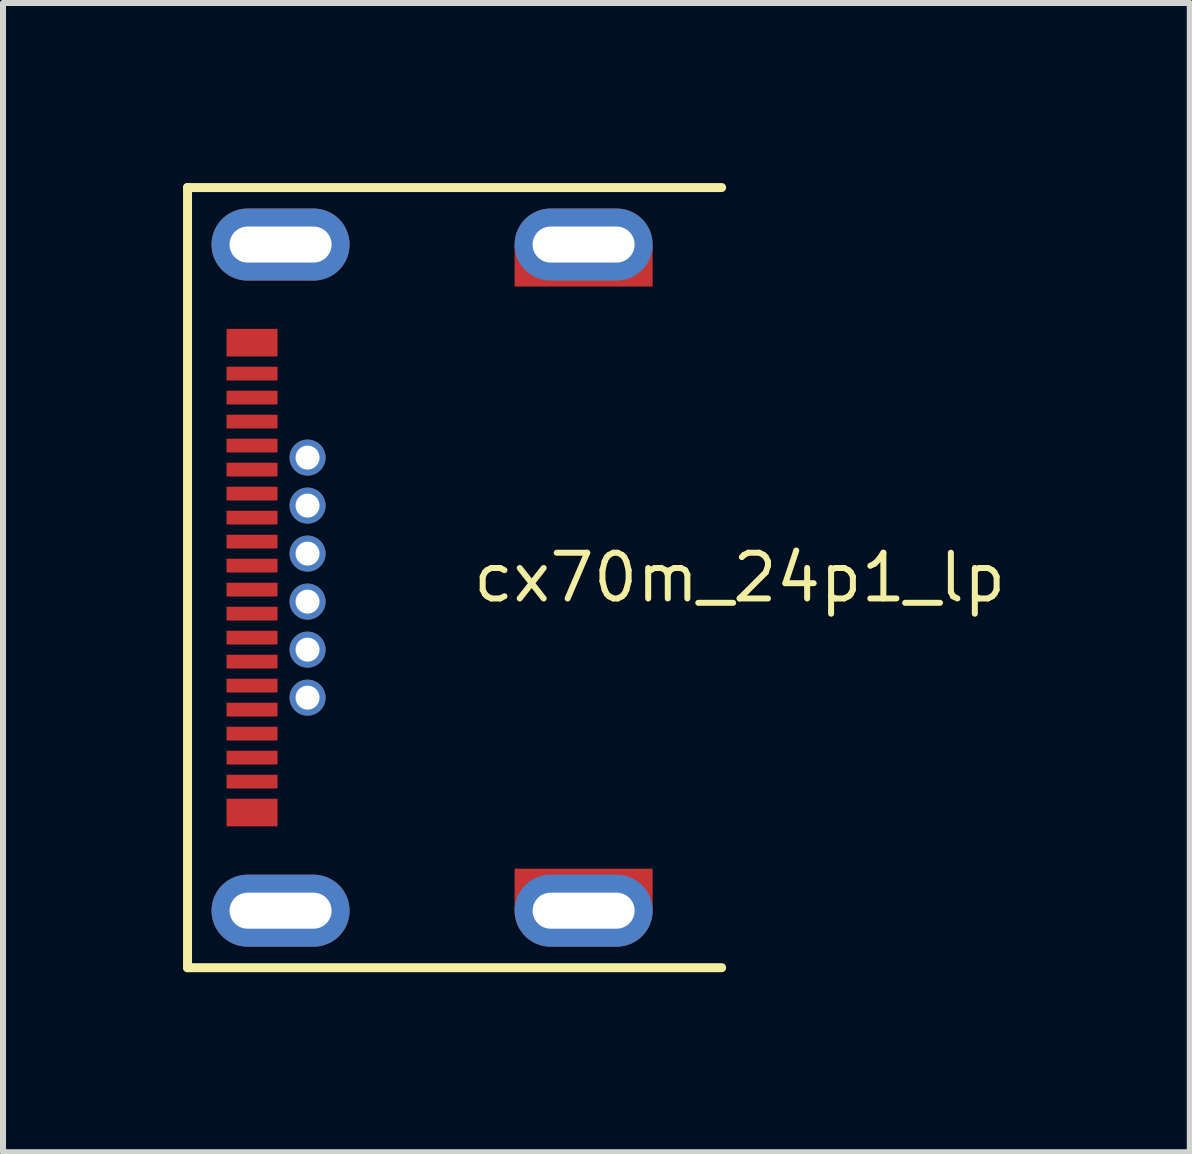
<source format=kicad_pcb>
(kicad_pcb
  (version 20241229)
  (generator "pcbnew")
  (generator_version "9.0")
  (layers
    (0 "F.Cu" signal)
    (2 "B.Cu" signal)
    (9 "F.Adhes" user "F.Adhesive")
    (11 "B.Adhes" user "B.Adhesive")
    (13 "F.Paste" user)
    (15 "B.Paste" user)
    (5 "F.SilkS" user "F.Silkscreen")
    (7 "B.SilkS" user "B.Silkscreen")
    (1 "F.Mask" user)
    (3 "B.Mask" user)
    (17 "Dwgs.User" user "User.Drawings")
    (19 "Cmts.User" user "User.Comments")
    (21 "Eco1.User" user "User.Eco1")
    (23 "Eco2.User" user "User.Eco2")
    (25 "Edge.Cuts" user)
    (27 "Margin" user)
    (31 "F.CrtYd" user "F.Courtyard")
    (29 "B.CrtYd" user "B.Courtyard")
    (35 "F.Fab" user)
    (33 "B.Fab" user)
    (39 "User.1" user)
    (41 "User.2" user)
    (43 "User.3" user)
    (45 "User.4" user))
  (footprint "cx70m_24p1_lp"
    (layer "F.Cu")
    (at 9.275 6.575)
    (property "Reference" "cx70m_24p1_lp" (at 0 0 0) (layer "F.SilkS") (effects (font (size 0.762 0.762) (thickness 0.1))))
    (attr through_hole)
    (fp_poly (pts (xy -7.55 -3.535) (xy -7.55 -4.295) (xy -8.7 -4.295) (xy -8.7 -3.535)) (stroke (width 0) (type solid)) (fill yes) (layer "F.Mask"))
    (fp_poly (pts (xy -7.55 -3.135) (xy -7.55 -3.665) (xy -8.7 -3.665) (xy -8.7 -3.135)) (stroke (width 0) (type solid)) (fill yes) (layer "F.Mask"))
    (fp_poly (pts (xy -7.55 -2.735) (xy -7.55 -3.265) (xy -8.7 -3.265) (xy -8.7 -2.735)) (stroke (width 0) (type solid)) (fill yes) (layer "F.Mask"))
    (fp_poly (pts (xy -7.55 -2.335) (xy -7.55 -2.865) (xy -8.7 -2.865) (xy -8.7 -2.335)) (stroke (width 0) (type solid)) (fill yes) (layer "F.Mask"))
    (fp_poly (pts (xy -7.55 -1.935) (xy -7.55 -2.465) (xy -8.7 -2.465) (xy -8.7 -1.935)) (stroke (width 0) (type solid)) (fill yes) (layer "F.Mask"))
    (fp_poly (pts (xy -7.55 -1.535) (xy -7.55 -2.065) (xy -8.7 -2.065) (xy -8.7 -1.535)) (stroke (width 0) (type solid)) (fill yes) (layer "F.Mask"))
    (fp_poly (pts (xy -7.55 -1.135) (xy -7.55 -1.665) (xy -8.7 -1.665) (xy -8.7 -1.135)) (stroke (width 0) (type solid)) (fill yes) (layer "F.Mask"))
    (fp_poly (pts (xy -7.55 -0.735) (xy -7.55 -1.265) (xy -8.7 -1.265) (xy -8.7 -0.735)) (stroke (width 0) (type solid)) (fill yes) (layer "F.Mask"))
    (fp_poly (pts (xy -7.55 -0.335) (xy -7.55 -0.865) (xy -8.7 -0.865) (xy -8.7 -0.335)) (stroke (width 0) (type solid)) (fill yes) (layer "F.Mask"))
    (fp_poly (pts (xy -7.55 0.065) (xy -7.55 -0.465) (xy -8.7 -0.465) (xy -8.7 0.065)) (stroke (width 0) (type solid)) (fill yes) (layer "F.Mask"))
    (fp_poly (pts (xy -7.55 0.465) (xy -7.55 -0.065) (xy -8.7 -0.065) (xy -8.7 0.465)) (stroke (width 0) (type solid)) (fill yes) (layer "F.Mask"))
    (fp_poly (pts (xy -7.55 0.865) (xy -7.55 0.335) (xy -8.7 0.335) (xy -8.7 0.865)) (stroke (width 0) (type solid)) (fill yes) (layer "F.Mask"))
    (fp_poly (pts (xy -7.55 1.265) (xy -7.55 0.735) (xy -8.7 0.735) (xy -8.7 1.265)) (stroke (width 0) (type solid)) (fill yes) (layer "F.Mask"))
    (fp_poly (pts (xy -7.55 1.665) (xy -7.55 1.135) (xy -8.7 1.135) (xy -8.7 1.665)) (stroke (width 0) (type solid)) (fill yes) (layer "F.Mask"))
    (fp_poly (pts (xy -7.55 2.065) (xy -7.55 1.535) (xy -8.7 1.535) (xy -8.7 2.065)) (stroke (width 0) (type solid)) (fill yes) (layer "F.Mask"))
    (fp_poly (pts (xy -7.55 2.465) (xy -7.55 1.935) (xy -8.7 1.935) (xy -8.7 2.465)) (stroke (width 0) (type solid)) (fill yes) (layer "F.Mask"))
    (fp_poly (pts (xy -7.55 2.865) (xy -7.55 2.335) (xy -8.7 2.335) (xy -8.7 2.865)) (stroke (width 0) (type solid)) (fill yes) (layer "F.Mask"))
    (fp_poly (pts (xy -7.55 3.265) (xy -7.55 2.735) (xy -8.7 2.735) (xy -8.7 3.265)) (stroke (width 0) (type solid)) (fill yes) (layer "F.Mask"))
    (fp_poly (pts (xy -7.55 3.665) (xy -7.55 3.135) (xy -8.7 3.135) (xy -8.7 3.665)) (stroke (width 0) (type solid)) (fill yes) (layer "F.Mask"))
    (fp_poly (pts (xy -7.55 4.295) (xy -7.55 3.535) (xy -8.7 3.535) (xy -8.7 4.295)) (stroke (width 0) (type solid)) (fill yes) (layer "F.Mask"))
    (fp_poly (pts (xy -1.3 -4.7) (xy -1.3 -5.7) (xy -3.9 -5.7) (xy -3.9 -4.7)) (stroke (width 0) (type solid)) (fill yes) (layer "F.Mask"))
    (fp_poly (pts (xy -1.3 5.7) (xy -1.3 4.7) (xy -3.9 4.7) (xy -3.9 5.7)) (stroke (width 0) (type solid)) (fill yes) (layer "F.Mask"))
    (fp_poly (pts (xy -6.75 -2) (xy -6.759 -2.088) (xy -6.784 -2.172) (xy -6.826 -2.25) (xy -6.882 -2.318) (xy -6.95 -2.374) (xy -7.028 -2.416) (xy -7.112 -2.441) (xy -7.2 -2.45) (xy -7.288 -2.441) (xy -7.372 -2.416) (xy -7.45 -2.374) (xy -7.518 -2.318) (xy -7.574 -2.25) (xy -7.616 -2.172) (xy -7.641 -2.088) (xy -7.65 -2) (xy -7.641 -1.912) (xy -7.616 -1.828) (xy -7.574 -1.75) (xy -7.518 -1.682) (xy -7.45 -1.626) (xy -7.372 -1.584) (xy -7.288 -1.559) (xy -7.2 -1.55) (xy -7.112 -1.559) (xy -7.028 -1.584) (xy -6.95 -1.626) (xy -6.882 -1.682) (xy -6.826 -1.75) (xy -6.784 -1.828) (xy -6.759 -1.912)) (stroke (width 0) (type solid)) (fill yes) (layer "F.Mask"))
    (fp_poly (pts (xy -6.75 -1.2) (xy -6.759 -1.288) (xy -6.784 -1.372) (xy -6.826 -1.45) (xy -6.882 -1.518) (xy -6.95 -1.574) (xy -7.028 -1.616) (xy -7.112 -1.641) (xy -7.2 -1.65) (xy -7.288 -1.641) (xy -7.372 -1.616) (xy -7.45 -1.574) (xy -7.518 -1.518) (xy -7.574 -1.45) (xy -7.616 -1.372) (xy -7.641 -1.288) (xy -7.65 -1.2) (xy -7.641 -1.112) (xy -7.616 -1.028) (xy -7.574 -0.95) (xy -7.518 -0.882) (xy -7.45 -0.826) (xy -7.372 -0.784) (xy -7.288 -0.759) (xy -7.2 -0.75) (xy -7.112 -0.759) (xy -7.028 -0.784) (xy -6.95 -0.826) (xy -6.882 -0.882) (xy -6.826 -0.95) (xy -6.784 -1.028) (xy -6.759 -1.112)) (stroke (width 0) (type solid)) (fill yes) (layer "F.Mask"))
    (fp_poly (pts (xy -6.75 -0.4) (xy -6.759 -0.488) (xy -6.784 -0.572) (xy -6.826 -0.65) (xy -6.882 -0.718) (xy -6.95 -0.774) (xy -7.028 -0.816) (xy -7.112 -0.841) (xy -7.2 -0.85) (xy -7.288 -0.841) (xy -7.372 -0.816) (xy -7.45 -0.774) (xy -7.518 -0.718) (xy -7.574 -0.65) (xy -7.616 -0.572) (xy -7.641 -0.488) (xy -7.65 -0.4) (xy -7.641 -0.312) (xy -7.616 -0.228) (xy -7.574 -0.15) (xy -7.518 -0.082) (xy -7.45 -0.026) (xy -7.372 0.016) (xy -7.288 0.041) (xy -7.2 0.05) (xy -7.112 0.041) (xy -7.028 0.016) (xy -6.95 -0.026) (xy -6.882 -0.082) (xy -6.826 -0.15) (xy -6.784 -0.228) (xy -6.759 -0.312)) (stroke (width 0) (type solid)) (fill yes) (layer "F.Mask"))
    (fp_poly (pts (xy -6.75 0.4) (xy -6.759 0.312) (xy -6.784 0.228) (xy -6.826 0.15) (xy -6.882 0.082) (xy -6.95 0.026) (xy -7.028 -0.016) (xy -7.112 -0.041) (xy -7.2 -0.05) (xy -7.288 -0.041) (xy -7.372 -0.016) (xy -7.45 0.026) (xy -7.518 0.082) (xy -7.574 0.15) (xy -7.616 0.228) (xy -7.641 0.312) (xy -7.65 0.4) (xy -7.641 0.488) (xy -7.616 0.572) (xy -7.574 0.65) (xy -7.518 0.718) (xy -7.45 0.774) (xy -7.372 0.816) (xy -7.288 0.841) (xy -7.2 0.85) (xy -7.112 0.841) (xy -7.028 0.816) (xy -6.95 0.774) (xy -6.882 0.718) (xy -6.826 0.65) (xy -6.784 0.572) (xy -6.759 0.488)) (stroke (width 0) (type solid)) (fill yes) (layer "F.Mask"))
    (fp_poly (pts (xy -6.75 1.2) (xy -6.759 1.112) (xy -6.784 1.028) (xy -6.826 0.95) (xy -6.882 0.882) (xy -6.95 0.826) (xy -7.028 0.784) (xy -7.112 0.759) (xy -7.2 0.75) (xy -7.288 0.759) (xy -7.372 0.784) (xy -7.45 0.826) (xy -7.518 0.882) (xy -7.574 0.95) (xy -7.616 1.028) (xy -7.641 1.112) (xy -7.65 1.2) (xy -7.641 1.288) (xy -7.616 1.372) (xy -7.574 1.45) (xy -7.518 1.518) (xy -7.45 1.574) (xy -7.372 1.616) (xy -7.288 1.641) (xy -7.2 1.65) (xy -7.112 1.641) (xy -7.028 1.616) (xy -6.95 1.574) (xy -6.882 1.518) (xy -6.826 1.45) (xy -6.784 1.372) (xy -6.759 1.288)) (stroke (width 0) (type solid)) (fill yes) (layer "F.Mask"))
    (fp_poly (pts (xy -6.75 2) (xy -6.759 1.912) (xy -6.784 1.828) (xy -6.826 1.75) (xy -6.882 1.682) (xy -6.95 1.626) (xy -7.028 1.584) (xy -7.112 1.559) (xy -7.2 1.55) (xy -7.288 1.559) (xy -7.372 1.584) (xy -7.45 1.626) (xy -7.518 1.682) (xy -7.574 1.75) (xy -7.616 1.828) (xy -7.641 1.912) (xy -7.65 2) (xy -7.641 2.088) (xy -7.616 2.172) (xy -7.574 2.25) (xy -7.518 2.318) (xy -7.45 2.374) (xy -7.372 2.416) (xy -7.288 2.441) (xy -7.2 2.45) (xy -7.112 2.441) (xy -7.028 2.416) (xy -6.95 2.374) (xy -6.882 2.318) (xy -6.826 2.25) (xy -6.784 2.172) (xy -6.759 2.088)) (stroke (width 0) (type solid)) (fill yes) (layer "F.Mask"))
    (fp_poly (pts (xy -8.2 -6.3) (xy -8.346 -6.286) (xy -8.487 -6.243) (xy -8.617 -6.174) (xy -8.73 -6.08) (xy -8.824 -5.967) (xy -8.893 -5.837) (xy -8.936 -5.696) (xy -8.95 -5.55) (xy -8.936 -5.404) (xy -8.893 -5.263) (xy -8.824 -5.133) (xy -8.73 -5.02) (xy -8.617 -4.926) (xy -8.487 -4.857) (xy -8.346 -4.814) (xy -8.2 -4.8) (xy -7.1 -4.8) (xy -6.954 -4.814) (xy -6.813 -4.857) (xy -6.683 -4.926) (xy -6.57 -5.02) (xy -6.476 -5.133) (xy -6.407 -5.263) (xy -6.364 -5.404) (xy -6.35 -5.55) (xy -6.364 -5.696) (xy -6.407 -5.837) (xy -6.476 -5.967) (xy -6.57 -6.08) (xy -6.683 -6.174) (xy -6.813 -6.243) (xy -6.954 -6.286) (xy -7.1 -6.3)) (stroke (width 0) (type solid)) (fill yes) (layer "F.Mask"))
    (fp_poly (pts (xy -8.2 4.8) (xy -8.346 4.814) (xy -8.487 4.857) (xy -8.617 4.926) (xy -8.73 5.02) (xy -8.824 5.133) (xy -8.893 5.263) (xy -8.936 5.404) (xy -8.95 5.55) (xy -8.936 5.696) (xy -8.893 5.837) (xy -8.824 5.967) (xy -8.73 6.08) (xy -8.617 6.174) (xy -8.487 6.243) (xy -8.346 6.286) (xy -8.2 6.3) (xy -7.1 6.3) (xy -6.954 6.286) (xy -6.813 6.243) (xy -6.683 6.174) (xy -6.57 6.08) (xy -6.476 5.967) (xy -6.407 5.837) (xy -6.364 5.696) (xy -6.35 5.55) (xy -6.364 5.404) (xy -6.407 5.263) (xy -6.476 5.133) (xy -6.57 5.02) (xy -6.683 4.926) (xy -6.813 4.857) (xy -6.954 4.814) (xy -7.1 4.8)) (stroke (width 0) (type solid)) (fill yes) (layer "F.Mask"))
    (fp_poly (pts (xy -3.15 -6.3) (xy -3.296 -6.286) (xy -3.437 -6.243) (xy -3.567 -6.174) (xy -3.68 -6.08) (xy -3.774 -5.967) (xy -3.843 -5.837) (xy -3.886 -5.696) (xy -3.9 -5.55) (xy -3.886 -5.404) (xy -3.843 -5.263) (xy -3.774 -5.133) (xy -3.68 -5.02) (xy -3.567 -4.926) (xy -3.437 -4.857) (xy -3.296 -4.814) (xy -3.15 -4.8) (xy -2.05 -4.8) (xy -1.904 -4.814) (xy -1.763 -4.857) (xy -1.633 -4.926) (xy -1.52 -5.02) (xy -1.426 -5.133) (xy -1.357 -5.263) (xy -1.314 -5.404) (xy -1.3 -5.55) (xy -1.314 -5.696) (xy -1.357 -5.837) (xy -1.426 -5.967) (xy -1.52 -6.08) (xy -1.633 -6.174) (xy -1.763 -6.243) (xy -1.904 -6.286) (xy -2.05 -6.3)) (stroke (width 0) (type solid)) (fill yes) (layer "F.Mask"))
    (fp_poly (pts (xy -3.15 4.8) (xy -3.296 4.814) (xy -3.437 4.857) (xy -3.567 4.926) (xy -3.68 5.02) (xy -3.774 5.133) (xy -3.843 5.263) (xy -3.886 5.404) (xy -3.9 5.55) (xy -3.886 5.696) (xy -3.843 5.837) (xy -3.774 5.967) (xy -3.68 6.08) (xy -3.567 6.174) (xy -3.437 6.243) (xy -3.296 6.286) (xy -3.15 6.3) (xy -2.05 6.3) (xy -1.904 6.286) (xy -1.763 6.243) (xy -1.633 6.174) (xy -1.52 6.08) (xy -1.426 5.967) (xy -1.357 5.837) (xy -1.314 5.696) (xy -1.3 5.55) (xy -1.314 5.404) (xy -1.357 5.263) (xy -1.426 5.133) (xy -1.52 5.02) (xy -1.633 4.926) (xy -1.763 4.857) (xy -1.904 4.814) (xy -2.05 4.8)) (stroke (width 0) (type solid)) (fill yes) (layer "F.Mask"))
    (fp_poly (pts (xy -6.75 -2) (xy -6.759 -2.088) (xy -6.784 -2.172) (xy -6.826 -2.25) (xy -6.882 -2.318) (xy -6.95 -2.374) (xy -7.028 -2.416) (xy -7.112 -2.441) (xy -7.2 -2.45) (xy -7.288 -2.441) (xy -7.372 -2.416) (xy -7.45 -2.374) (xy -7.518 -2.318) (xy -7.574 -2.25) (xy -7.616 -2.172) (xy -7.641 -2.088) (xy -7.65 -2) (xy -7.641 -1.912) (xy -7.616 -1.828) (xy -7.574 -1.75) (xy -7.518 -1.682) (xy -7.45 -1.626) (xy -7.372 -1.584) (xy -7.288 -1.559) (xy -7.2 -1.55) (xy -7.112 -1.559) (xy -7.028 -1.584) (xy -6.95 -1.626) (xy -6.882 -1.682) (xy -6.826 -1.75) (xy -6.784 -1.828) (xy -6.759 -1.912)) (stroke (width 0) (type solid)) (fill yes) (layer "B.Mask"))
    (fp_poly (pts (xy -6.75 -1.2) (xy -6.759 -1.288) (xy -6.784 -1.372) (xy -6.826 -1.45) (xy -6.882 -1.518) (xy -6.95 -1.574) (xy -7.028 -1.616) (xy -7.112 -1.641) (xy -7.2 -1.65) (xy -7.288 -1.641) (xy -7.372 -1.616) (xy -7.45 -1.574) (xy -7.518 -1.518) (xy -7.574 -1.45) (xy -7.616 -1.372) (xy -7.641 -1.288) (xy -7.65 -1.2) (xy -7.641 -1.112) (xy -7.616 -1.028) (xy -7.574 -0.95) (xy -7.518 -0.882) (xy -7.45 -0.826) (xy -7.372 -0.784) (xy -7.288 -0.759) (xy -7.2 -0.75) (xy -7.112 -0.759) (xy -7.028 -0.784) (xy -6.95 -0.826) (xy -6.882 -0.882) (xy -6.826 -0.95) (xy -6.784 -1.028) (xy -6.759 -1.112)) (stroke (width 0) (type solid)) (fill yes) (layer "B.Mask"))
    (fp_poly (pts (xy -6.75 -0.4) (xy -6.759 -0.488) (xy -6.784 -0.572) (xy -6.826 -0.65) (xy -6.882 -0.718) (xy -6.95 -0.774) (xy -7.028 -0.816) (xy -7.112 -0.841) (xy -7.2 -0.85) (xy -7.288 -0.841) (xy -7.372 -0.816) (xy -7.45 -0.774) (xy -7.518 -0.718) (xy -7.574 -0.65) (xy -7.616 -0.572) (xy -7.641 -0.488) (xy -7.65 -0.4) (xy -7.641 -0.312) (xy -7.616 -0.228) (xy -7.574 -0.15) (xy -7.518 -0.082) (xy -7.45 -0.026) (xy -7.372 0.016) (xy -7.288 0.041) (xy -7.2 0.05) (xy -7.112 0.041) (xy -7.028 0.016) (xy -6.95 -0.026) (xy -6.882 -0.082) (xy -6.826 -0.15) (xy -6.784 -0.228) (xy -6.759 -0.312)) (stroke (width 0) (type solid)) (fill yes) (layer "B.Mask"))
    (fp_poly (pts (xy -6.75 0.4) (xy -6.759 0.312) (xy -6.784 0.228) (xy -6.826 0.15) (xy -6.882 0.082) (xy -6.95 0.026) (xy -7.028 -0.016) (xy -7.112 -0.041) (xy -7.2 -0.05) (xy -7.288 -0.041) (xy -7.372 -0.016) (xy -7.45 0.026) (xy -7.518 0.082) (xy -7.574 0.15) (xy -7.616 0.228) (xy -7.641 0.312) (xy -7.65 0.4) (xy -7.641 0.488) (xy -7.616 0.572) (xy -7.574 0.65) (xy -7.518 0.718) (xy -7.45 0.774) (xy -7.372 0.816) (xy -7.288 0.841) (xy -7.2 0.85) (xy -7.112 0.841) (xy -7.028 0.816) (xy -6.95 0.774) (xy -6.882 0.718) (xy -6.826 0.65) (xy -6.784 0.572) (xy -6.759 0.488)) (stroke (width 0) (type solid)) (fill yes) (layer "B.Mask"))
    (fp_poly (pts (xy -6.75 1.2) (xy -6.759 1.112) (xy -6.784 1.028) (xy -6.826 0.95) (xy -6.882 0.882) (xy -6.95 0.826) (xy -7.028 0.784) (xy -7.112 0.759) (xy -7.2 0.75) (xy -7.288 0.759) (xy -7.372 0.784) (xy -7.45 0.826) (xy -7.518 0.882) (xy -7.574 0.95) (xy -7.616 1.028) (xy -7.641 1.112) (xy -7.65 1.2) (xy -7.641 1.288) (xy -7.616 1.372) (xy -7.574 1.45) (xy -7.518 1.518) (xy -7.45 1.574) (xy -7.372 1.616) (xy -7.288 1.641) (xy -7.2 1.65) (xy -7.112 1.641) (xy -7.028 1.616) (xy -6.95 1.574) (xy -6.882 1.518) (xy -6.826 1.45) (xy -6.784 1.372) (xy -6.759 1.288)) (stroke (width 0) (type solid)) (fill yes) (layer "B.Mask"))
    (fp_poly (pts (xy -6.75 2) (xy -6.759 1.912) (xy -6.784 1.828) (xy -6.826 1.75) (xy -6.882 1.682) (xy -6.95 1.626) (xy -7.028 1.584) (xy -7.112 1.559) (xy -7.2 1.55) (xy -7.288 1.559) (xy -7.372 1.584) (xy -7.45 1.626) (xy -7.518 1.682) (xy -7.574 1.75) (xy -7.616 1.828) (xy -7.641 1.912) (xy -7.65 2) (xy -7.641 2.088) (xy -7.616 2.172) (xy -7.574 2.25) (xy -7.518 2.318) (xy -7.45 2.374) (xy -7.372 2.416) (xy -7.288 2.441) (xy -7.2 2.45) (xy -7.112 2.441) (xy -7.028 2.416) (xy -6.95 2.374) (xy -6.882 2.318) (xy -6.826 2.25) (xy -6.784 2.172) (xy -6.759 2.088)) (stroke (width 0) (type solid)) (fill yes) (layer "B.Mask"))
    (fp_poly (pts (xy -8.2 -6.3) (xy -8.346 -6.286) (xy -8.487 -6.243) (xy -8.617 -6.174) (xy -8.73 -6.08) (xy -8.824 -5.967) (xy -8.893 -5.837) (xy -8.936 -5.696) (xy -8.95 -5.55) (xy -8.936 -5.404) (xy -8.893 -5.263) (xy -8.824 -5.133) (xy -8.73 -5.02) (xy -8.617 -4.926) (xy -8.487 -4.857) (xy -8.346 -4.814) (xy -8.2 -4.8) (xy -7.1 -4.8) (xy -6.954 -4.814) (xy -6.813 -4.857) (xy -6.683 -4.926) (xy -6.57 -5.02) (xy -6.476 -5.133) (xy -6.407 -5.263) (xy -6.364 -5.404) (xy -6.35 -5.55) (xy -6.364 -5.696) (xy -6.407 -5.837) (xy -6.476 -5.967) (xy -6.57 -6.08) (xy -6.683 -6.174) (xy -6.813 -6.243) (xy -6.954 -6.286) (xy -7.1 -6.3)) (stroke (width 0) (type solid)) (fill yes) (layer "B.Mask"))
    (fp_poly (pts (xy -8.2 4.8) (xy -8.346 4.814) (xy -8.487 4.857) (xy -8.617 4.926) (xy -8.73 5.02) (xy -8.824 5.133) (xy -8.893 5.263) (xy -8.936 5.404) (xy -8.95 5.55) (xy -8.936 5.696) (xy -8.893 5.837) (xy -8.824 5.967) (xy -8.73 6.08) (xy -8.617 6.174) (xy -8.487 6.243) (xy -8.346 6.286) (xy -8.2 6.3) (xy -7.1 6.3) (xy -6.954 6.286) (xy -6.813 6.243) (xy -6.683 6.174) (xy -6.57 6.08) (xy -6.476 5.967) (xy -6.407 5.837) (xy -6.364 5.696) (xy -6.35 5.55) (xy -6.364 5.404) (xy -6.407 5.263) (xy -6.476 5.133) (xy -6.57 5.02) (xy -6.683 4.926) (xy -6.813 4.857) (xy -6.954 4.814) (xy -7.1 4.8)) (stroke (width 0) (type solid)) (fill yes) (layer "B.Mask"))
    (fp_poly (pts (xy -3.15 -6.3) (xy -3.296 -6.286) (xy -3.437 -6.243) (xy -3.567 -6.174) (xy -3.68 -6.08) (xy -3.774 -5.967) (xy -3.843 -5.837) (xy -3.886 -5.696) (xy -3.9 -5.55) (xy -3.886 -5.404) (xy -3.843 -5.263) (xy -3.774 -5.133) (xy -3.68 -5.02) (xy -3.567 -4.926) (xy -3.437 -4.857) (xy -3.296 -4.814) (xy -3.15 -4.8) (xy -2.05 -4.8) (xy -1.904 -4.814) (xy -1.763 -4.857) (xy -1.633 -4.926) (xy -1.52 -5.02) (xy -1.426 -5.133) (xy -1.357 -5.263) (xy -1.314 -5.404) (xy -1.3 -5.55) (xy -1.314 -5.696) (xy -1.357 -5.837) (xy -1.426 -5.967) (xy -1.52 -6.08) (xy -1.633 -6.174) (xy -1.763 -6.243) (xy -1.904 -6.286) (xy -2.05 -6.3)) (stroke (width 0) (type solid)) (fill yes) (layer "B.Mask"))
    (fp_poly (pts (xy -3.15 4.8) (xy -3.296 4.814) (xy -3.437 4.857) (xy -3.567 4.926) (xy -3.68 5.02) (xy -3.774 5.133) (xy -3.843 5.263) (xy -3.886 5.404) (xy -3.9 5.55) (xy -3.886 5.696) (xy -3.843 5.837) (xy -3.774 5.967) (xy -3.68 6.08) (xy -3.567 6.174) (xy -3.437 6.243) (xy -3.296 6.286) (xy -3.15 6.3) (xy -2.05 6.3) (xy -1.904 6.286) (xy -1.763 6.243) (xy -1.633 6.174) (xy -1.52 6.08) (xy -1.426 5.967) (xy -1.357 5.837) (xy -1.314 5.696) (xy -1.3 5.55) (xy -1.314 5.404) (xy -1.357 5.263) (xy -1.426 5.133) (xy -1.52 5.02) (xy -1.633 4.926) (xy -1.763 4.857) (xy -1.904 4.814) (xy -2.05 4.8)) (stroke (width 0) (type solid)) (fill yes) (layer "B.Mask"))
    (fp_line (start -9.2 -6.5) (end -9.2 6.5) (stroke (width 0.15) (type solid)) (layer "F.SilkS"))
    (fp_line (start -9.2 6.5) (end -0.3 6.5) (stroke (width 0.15) (type solid)) (layer "F.SilkS"))
    (fp_line (start -0.3 -6.5) (end -9.2 -6.5) (stroke (width 0.15) (type solid)) (layer "F.SilkS"))
    (pad "1" thru_hole oval (at -7.65 -5.55 90) (size 1.2 2.3) (drill oval 0.6 1.7) (layers "*.Cu"))
    (pad "2" smd rect (at -2.6 -5.2 90) (size 0.7 2.3) (layers "F.Cu" "F.Paste"))
    (pad "3" smd rect (at -8.125 -3.915 90) (size 0.46 0.85) (layers "F.Cu" "F.Paste"))
    (pad "4" thru_hole oval (at -7.65 5.55 90) (size 1.2 2.3) (drill oval 0.6 1.7) (layers "*.Cu"))
    (pad "5" smd rect (at -2.6 5.2 90) (size 0.7 2.3) (layers "F.Cu" "F.Paste"))
    (pad "6" thru_hole oval (at -2.6 5.55 90) (size 1.2 2.3) (drill oval 0.6 1.7) (layers "*.Cu"))
    (pad "7" thru_hole oval (at -2.6 -5.55 90) (size 1.2 2.3) (drill oval 0.6 1.7) (layers "*.Cu"))
    (pad "A1" smd rect (at -8.125 2.2 90) (size 0.23 0.85) (layers "F.Cu" "F.Paste"))
    (pad "A2" smd rect (at -8.125 1.8 90) (size 0.23 0.85) (layers "F.Cu" "F.Paste"))
    (pad "A3" smd rect (at -8.125 1.4 90) (size 0.23 0.85) (layers "F.Cu" "F.Paste"))
    (pad "A4" smd rect (at -8.125 1 90) (size 0.23 0.85) (layers "F.Cu" "F.Paste"))
    (pad "A5" smd rect (at -8.125 0.6 90) (size 0.23 0.85) (layers "F.Cu" "F.Paste"))
    (pad "A6" smd rect (at -8.125 0.2 90) (size 0.23 0.85) (layers "F.Cu" "F.Paste"))
    (pad "A7" smd rect (at -8.125 -0.2 90) (size 0.23 0.85) (layers "F.Cu" "F.Paste"))
    (pad "A8" smd rect (at -8.125 -0.6 90) (size 0.23 0.85) (layers "F.Cu" "F.Paste"))
    (pad "A9" smd rect (at -8.125 -1 90) (size 0.23 0.85) (layers "F.Cu" "F.Paste"))
    (pad "A10" smd rect (at -8.125 -1.4 90) (size 0.23 0.85) (layers "F.Cu" "F.Paste"))
    (pad "A11" smd rect (at -8.125 -1.8 90) (size 0.23 0.85) (layers "F.Cu" "F.Paste"))
    (pad "A12" smd rect (at -8.125 -2.2 90) (size 0.23 0.85) (layers "F.Cu" "F.Paste"))
    (pad "B1" smd rect (at -8.125 -3.4 90) (size 0.23 0.85) (layers "F.Cu" "F.Paste"))
    (pad "B2" smd rect (at -8.125 -3 90) (size 0.23 0.85) (layers "F.Cu" "F.Paste"))
    (pad "B3" smd rect (at -8.125 -2.6 90) (size 0.23 0.85) (layers "F.Cu" "F.Paste"))
    (pad "B4" thru_hole circle (at -7.2 -2 90) (size 0.6 0.6) (drill 0.4) (layers "*.Cu"))
    (pad "B5" thru_hole circle (at -7.2 -1.2 90) (size 0.6 0.6) (drill 0.4) (layers "*.Cu"))
    (pad "B6" thru_hole circle (at -7.2 -0.4 90) (size 0.6 0.6) (drill 0.4) (layers "*.Cu"))
    (pad "B7" thru_hole circle (at -7.2 0.4 90) (size 0.6 0.6) (drill 0.4) (layers "*.Cu"))
    (pad "B8" thru_hole circle (at -7.2 1.2 90) (size 0.6 0.6) (drill 0.4) (layers "*.Cu"))
    (pad "B9" thru_hole circle (at -7.2 2 90) (size 0.6 0.6) (drill 0.4) (layers "*.Cu"))
    (pad "B10" smd rect (at -8.125 2.6 90) (size 0.23 0.85) (layers "F.Cu" "F.Paste"))
    (pad "B11" smd rect (at -8.125 3 90) (size 0.23 0.85) (layers "F.Cu" "F.Paste"))
    (pad "B12" smd rect (at -8.125 3.4 90) (size 0.23 0.85) (layers "F.Cu" "F.Paste"))
    (pad "S1" smd rect (at -8.125 3.915 90) (size 0.46 0.85) (layers "F.Cu" "F.Paste")))
  (gr_rect
    (start -3 -3)
    (end 16.776 16.15)
    (stroke (width 0.1) (type default))
    (fill no)
    (layer "Edge.Cuts")))
</source>
